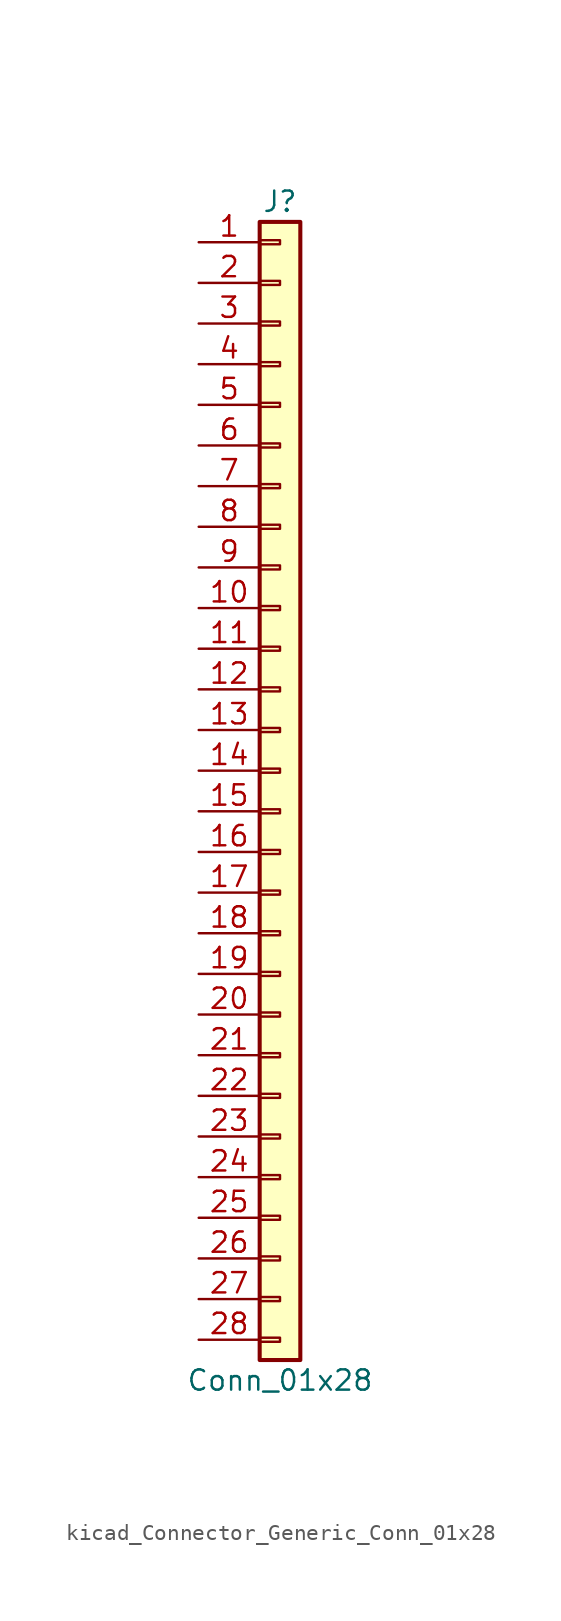
<source format=kicad_sym>
(kicad_symbol_lib
  (version 20220914)
  (generator kicad_symbol_editor)
  (symbol "kicad_Connector_Generic_Conn_01x28"
    (pin_names
      (offset 1.016) hide)
    (property "Reference" "J"
      (at 0 35.56 0)
      (effects (font (size 1.27 1.27))))
    (property "Value" "Conn_01x28"
      (at 0 -38.1 0)
      (effects (font (size 1.27 1.27))))
    (symbol "kicad_Connector_Generic_Conn_01x28_1_1"
      (rectangle (start -1.27 -35.433) (end 0 -35.687) (stroke (width 0.152) (type default)) (fill (type none)))
      (rectangle (start -1.27 -32.893) (end 0 -33.147) (stroke (width 0.152) (type default)) (fill (type none)))
      (rectangle (start -1.27 -30.353) (end 0 -30.607) (stroke (width 0.152) (type default)) (fill (type none)))
      (rectangle (start -1.27 -27.813) (end 0 -28.067) (stroke (width 0.152) (type default)) (fill (type none)))
      (rectangle (start -1.27 -25.273) (end 0 -25.527) (stroke (width 0.152) (type default)) (fill (type none)))
      (rectangle (start -1.27 -22.733) (end 0 -22.987) (stroke (width 0.152) (type default)) (fill (type none)))
      (rectangle (start -1.27 -20.193) (end 0 -20.447) (stroke (width 0.152) (type default)) (fill (type none)))
      (rectangle (start -1.27 -17.653) (end 0 -17.907) (stroke (width 0.152) (type default)) (fill (type none)))
      (rectangle (start -1.27 -15.113) (end 0 -15.367) (stroke (width 0.152) (type default)) (fill (type none)))
      (rectangle (start -1.27 -12.573) (end 0 -12.827) (stroke (width 0.152) (type default)) (fill (type none)))
      (rectangle (start -1.27 -10.033) (end 0 -10.287) (stroke (width 0.152) (type default)) (fill (type none)))
      (rectangle (start -1.27 -7.493) (end 0 -7.747) (stroke (width 0.152) (type default)) (fill (type none)))
      (rectangle (start -1.27 -4.953) (end 0 -5.207) (stroke (width 0.152) (type default)) (fill (type none)))
      (rectangle (start -1.27 -2.413) (end 0 -2.667) (stroke (width 0.152) (type default)) (fill (type none)))
      (rectangle (start -1.27 0.127) (end 0 -0.127) (stroke (width 0.152) (type default)) (fill (type none)))
      (rectangle (start -1.27 2.667) (end 0 2.413) (stroke (width 0.152) (type default)) (fill (type none)))
      (rectangle (start -1.27 5.207) (end 0 4.953) (stroke (width 0.152) (type default)) (fill (type none)))
      (rectangle (start -1.27 7.747) (end 0 7.493) (stroke (width 0.152) (type default)) (fill (type none)))
      (rectangle (start -1.27 10.287) (end 0 10.033) (stroke (width 0.152) (type default)) (fill (type none)))
      (rectangle (start -1.27 12.827) (end 0 12.573) (stroke (width 0.152) (type default)) (fill (type none)))
      (rectangle (start -1.27 15.367) (end 0 15.113) (stroke (width 0.152) (type default)) (fill (type none)))
      (rectangle (start -1.27 17.907) (end 0 17.653) (stroke (width 0.152) (type default)) (fill (type none)))
      (rectangle (start -1.27 20.447) (end 0 20.193) (stroke (width 0.152) (type default)) (fill (type none)))
      (rectangle (start -1.27 22.987) (end 0 22.733) (stroke (width 0.152) (type default)) (fill (type none)))
      (rectangle (start -1.27 25.527) (end 0 25.273) (stroke (width 0.152) (type default)) (fill (type none)))
      (rectangle (start -1.27 28.067) (end 0 27.813) (stroke (width 0.152) (type default)) (fill (type none)))
      (rectangle (start -1.27 30.607) (end 0 30.353) (stroke (width 0.152) (type default)) (fill (type none)))
      (rectangle (start -1.27 33.147) (end 0 32.893) (stroke (width 0.152) (type default)) (fill (type none)))
      (rectangle (start -1.27 34.29) (end 1.27 -36.83) (stroke (width 0.254) (type default)) (fill (type background)))
      (pin passive line (at -5.08 33.02 0) (length 3.81) (name "Pin_1" (effects (font (size 1.27 1.27)))) (number "1" (effects (font (size 1.27 1.27)))))
      (pin passive line (at -5.08 10.16 0) (length 3.81) (name "Pin_10" (effects (font (size 1.27 1.27)))) (number "10" (effects (font (size 1.27 1.27)))))
      (pin passive line (at -5.08 7.62 0) (length 3.81) (name "Pin_11" (effects (font (size 1.27 1.27)))) (number "11" (effects (font (size 1.27 1.27)))))
      (pin passive line (at -5.08 5.08 0) (length 3.81) (name "Pin_12" (effects (font (size 1.27 1.27)))) (number "12" (effects (font (size 1.27 1.27)))))
      (pin passive line (at -5.08 2.54 0) (length 3.81) (name "Pin_13" (effects (font (size 1.27 1.27)))) (number "13" (effects (font (size 1.27 1.27)))))
      (pin passive line (at -5.08 0 0) (length 3.81) (name "Pin_14" (effects (font (size 1.27 1.27)))) (number "14" (effects (font (size 1.27 1.27)))))
      (pin passive line (at -5.08 -2.54 0) (length 3.81) (name "Pin_15" (effects (font (size 1.27 1.27)))) (number "15" (effects (font (size 1.27 1.27)))))
      (pin passive line (at -5.08 -5.08 0) (length 3.81) (name "Pin_16" (effects (font (size 1.27 1.27)))) (number "16" (effects (font (size 1.27 1.27)))))
      (pin passive line (at -5.08 -7.62 0) (length 3.81) (name "Pin_17" (effects (font (size 1.27 1.27)))) (number "17" (effects (font (size 1.27 1.27)))))
      (pin passive line (at -5.08 -10.16 0) (length 3.81) (name "Pin_18" (effects (font (size 1.27 1.27)))) (number "18" (effects (font (size 1.27 1.27)))))
      (pin passive line (at -5.08 -12.7 0) (length 3.81) (name "Pin_19" (effects (font (size 1.27 1.27)))) (number "19" (effects (font (size 1.27 1.27)))))
      (pin passive line (at -5.08 30.48 0) (length 3.81) (name "Pin_2" (effects (font (size 1.27 1.27)))) (number "2" (effects (font (size 1.27 1.27)))))
      (pin passive line (at -5.08 -15.24 0) (length 3.81) (name "Pin_20" (effects (font (size 1.27 1.27)))) (number "20" (effects (font (size 1.27 1.27)))))
      (pin passive line (at -5.08 -17.78 0) (length 3.81) (name "Pin_21" (effects (font (size 1.27 1.27)))) (number "21" (effects (font (size 1.27 1.27)))))
      (pin passive line (at -5.08 -20.32 0) (length 3.81) (name "Pin_22" (effects (font (size 1.27 1.27)))) (number "22" (effects (font (size 1.27 1.27)))))
      (pin passive line (at -5.08 -22.86 0) (length 3.81) (name "Pin_23" (effects (font (size 1.27 1.27)))) (number "23" (effects (font (size 1.27 1.27)))))
      (pin passive line (at -5.08 -25.4 0) (length 3.81) (name "Pin_24" (effects (font (size 1.27 1.27)))) (number "24" (effects (font (size 1.27 1.27)))))
      (pin passive line (at -5.08 -27.94 0) (length 3.81) (name "Pin_25" (effects (font (size 1.27 1.27)))) (number "25" (effects (font (size 1.27 1.27)))))
      (pin passive line (at -5.08 -30.48 0) (length 3.81) (name "Pin_26" (effects (font (size 1.27 1.27)))) (number "26" (effects (font (size 1.27 1.27)))))
      (pin passive line (at -5.08 -33.02 0) (length 3.81) (name "Pin_27" (effects (font (size 1.27 1.27)))) (number "27" (effects (font (size 1.27 1.27)))))
      (pin passive line (at -5.08 -35.56 0) (length 3.81) (name "Pin_28" (effects (font (size 1.27 1.27)))) (number "28" (effects (font (size 1.27 1.27)))))
      (pin passive line (at -5.08 27.94 0) (length 3.81) (name "Pin_3" (effects (font (size 1.27 1.27)))) (number "3" (effects (font (size 1.27 1.27)))))
      (pin passive line (at -5.08 25.4 0) (length 3.81) (name "Pin_4" (effects (font (size 1.27 1.27)))) (number "4" (effects (font (size 1.27 1.27)))))
      (pin passive line (at -5.08 22.86 0) (length 3.81) (name "Pin_5" (effects (font (size 1.27 1.27)))) (number "5" (effects (font (size 1.27 1.27)))))
      (pin passive line (at -5.08 20.32 0) (length 3.81) (name "Pin_6" (effects (font (size 1.27 1.27)))) (number "6" (effects (font (size 1.27 1.27)))))
      (pin passive line (at -5.08 17.78 0) (length 3.81) (name "Pin_7" (effects (font (size 1.27 1.27)))) (number "7" (effects (font (size 1.27 1.27)))))
      (pin passive line (at -5.08 15.24 0) (length 3.81) (name "Pin_8" (effects (font (size 1.27 1.27)))) (number "8" (effects (font (size 1.27 1.27)))))
      (pin passive line (at -5.08 12.7 0) (length 3.81) (name "Pin_9" (effects (font (size 1.27 1.27)))) (number "9" (effects (font (size 1.27 1.27))))))))
</source>
